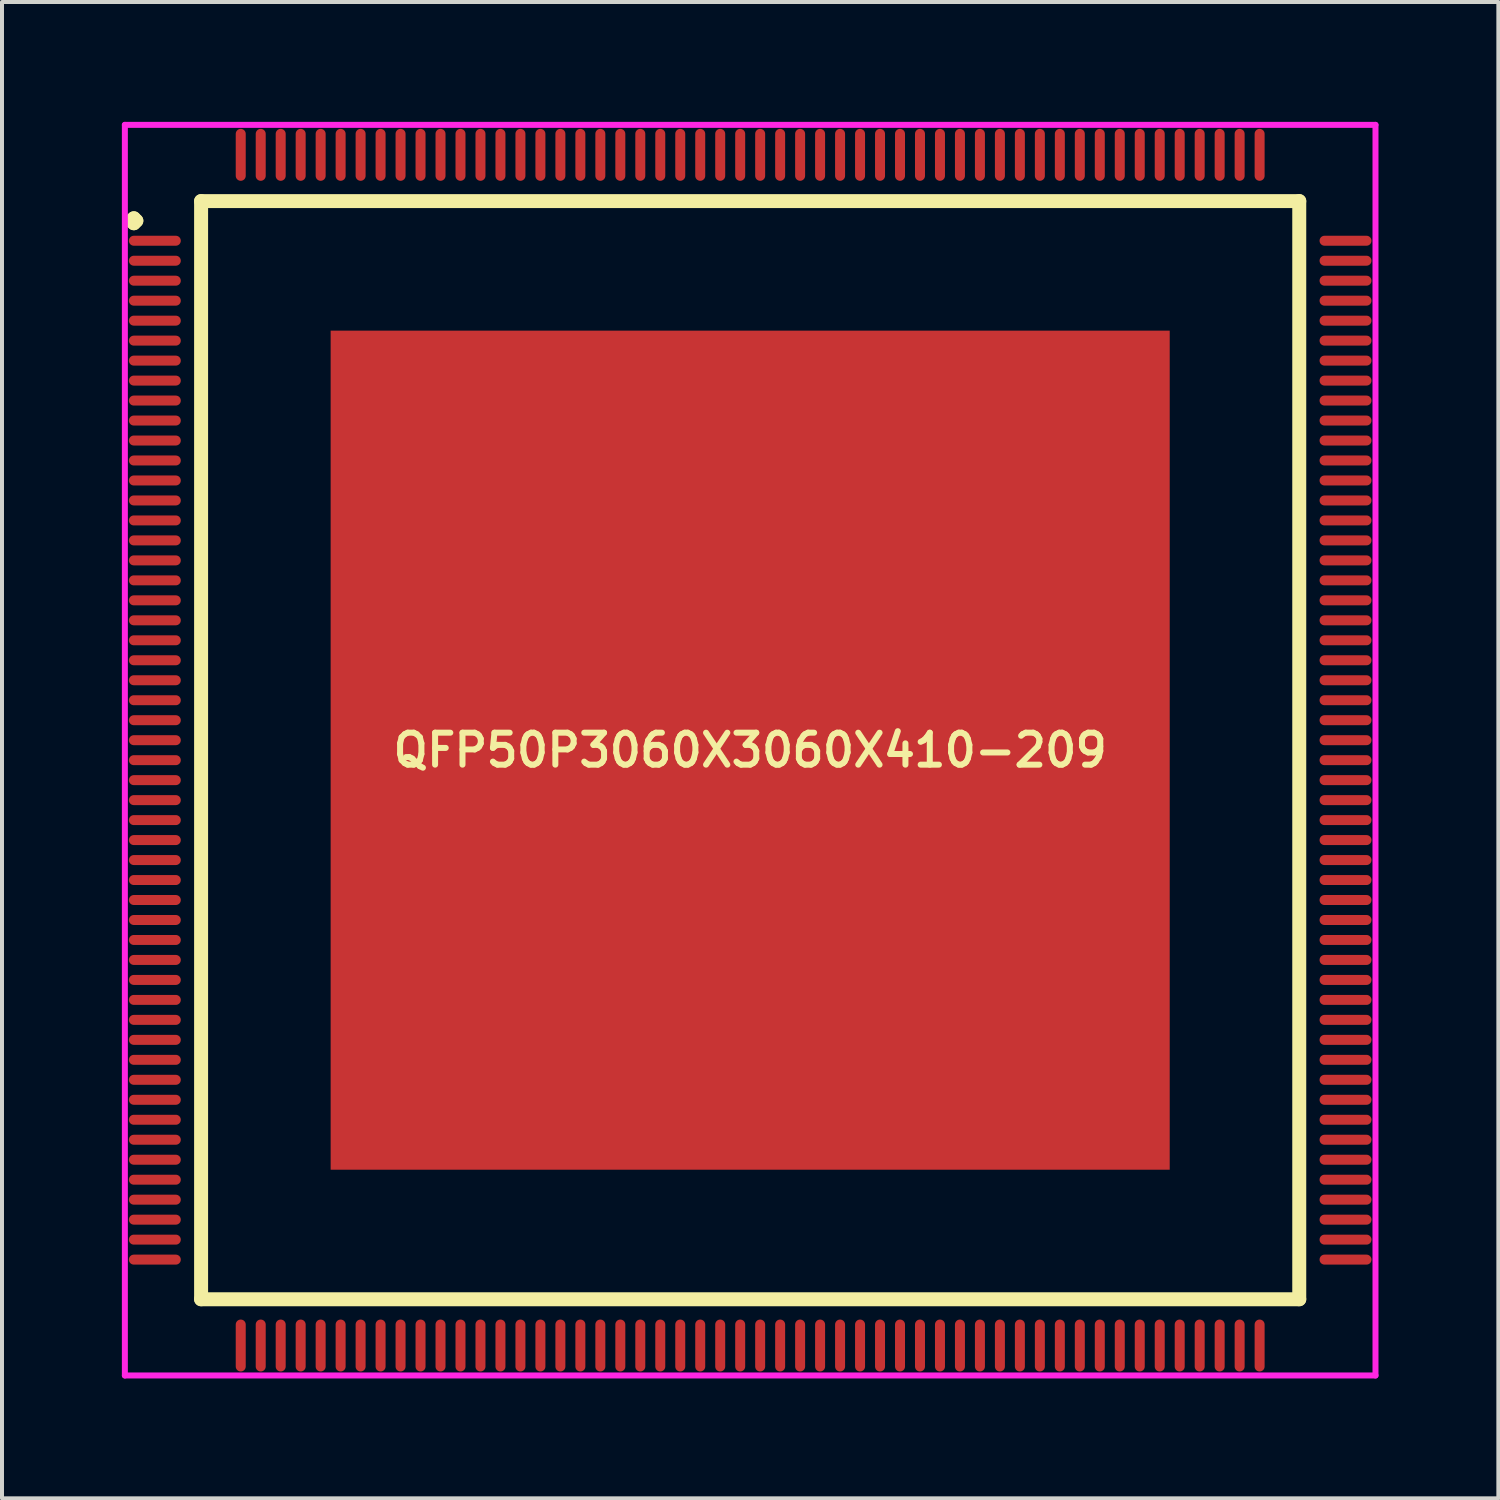
<source format=kicad_pcb>
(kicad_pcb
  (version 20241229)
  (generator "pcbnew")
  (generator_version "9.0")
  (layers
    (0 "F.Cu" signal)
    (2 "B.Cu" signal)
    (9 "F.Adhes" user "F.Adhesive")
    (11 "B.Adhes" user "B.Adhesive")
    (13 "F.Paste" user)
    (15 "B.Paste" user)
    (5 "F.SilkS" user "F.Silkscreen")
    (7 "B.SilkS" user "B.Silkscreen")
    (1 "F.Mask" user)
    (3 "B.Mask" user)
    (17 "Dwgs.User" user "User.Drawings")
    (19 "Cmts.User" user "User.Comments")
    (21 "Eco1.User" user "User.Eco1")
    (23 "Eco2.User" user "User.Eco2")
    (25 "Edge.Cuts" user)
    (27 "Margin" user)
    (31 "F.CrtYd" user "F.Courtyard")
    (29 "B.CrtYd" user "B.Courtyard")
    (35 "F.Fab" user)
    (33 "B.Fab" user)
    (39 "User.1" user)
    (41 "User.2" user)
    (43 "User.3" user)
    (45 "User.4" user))
  (footprint "QFP50P3060X3060X410-209"
    (layer "F.Cu")
    (at 15.725 15.725)
    (property "Reference" "QFP50P3060X3060X410-209" (at 0 0 0) (layer "F.SilkS") (effects (font (size 0.8 0.8) (thickness 0.15))))
    (attr smd)
    (fp_line (start -15.488 -13.25) (end -15.425 -13.312) (stroke (width 0.35) (type solid)) (layer "F.SilkS"))
    (fp_line (start -15.425 -13.312) (end -15.363 -13.25) (stroke (width 0.35) (type solid)) (layer "F.SilkS"))
    (fp_line (start -15.425 -13.188) (end -15.488 -13.25) (stroke (width 0.35) (type solid)) (layer "F.SilkS"))
    (fp_line (start -15.363 -13.25) (end -15.425 -13.188) (stroke (width 0.35) (type solid)) (layer "F.SilkS"))
    (fp_line (start -13.742 -13.742) (end -13.742 13.742) (stroke (width 0.35) (type solid)) (layer "F.SilkS"))
    (fp_line (start -13.742 13.742) (end 13.742 13.742) (stroke (width 0.35) (type solid)) (layer "F.SilkS"))
    (fp_line (start 13.742 -13.742) (end -13.742 -13.742) (stroke (width 0.35) (type solid)) (layer "F.SilkS"))
    (fp_line (start 13.742 13.742) (end 13.742 -13.742) (stroke (width 0.35) (type solid)) (layer "F.SilkS"))
    (fp_line (start -15.65 -15.65) (end 15.65 -15.65) (stroke (width 0.15) (type solid)) (layer "F.CrtYd"))
    (fp_line (start -15.65 15.65) (end -15.65 -15.65) (stroke (width 0.15) (type solid)) (layer "F.CrtYd"))
    (fp_line (start 15.65 -15.65) (end 15.65 15.65) (stroke (width 0.15) (type solid)) (layer "F.CrtYd"))
    (fp_line (start 15.65 15.65) (end -15.65 15.65) (stroke (width 0.15) (type solid)) (layer "F.CrtYd"))
    (pad "1" smd oval (at -14.9 -12.75) (size 1.3 0.25) (layers "F.Cu" "F.Mask" "F.Paste"))
    (pad "2" smd oval (at -14.9 -12.25) (size 1.3 0.25) (layers "F.Cu" "F.Mask" "F.Paste"))
    (pad "3" smd oval (at -14.9 -11.75) (size 1.3 0.25) (layers "F.Cu" "F.Mask" "F.Paste"))
    (pad "4" smd oval (at -14.9 -11.25) (size 1.3 0.25) (layers "F.Cu" "F.Mask" "F.Paste"))
    (pad "5" smd oval (at -14.9 -10.75) (size 1.3 0.25) (layers "F.Cu" "F.Mask" "F.Paste"))
    (pad "6" smd oval (at -14.9 -10.25) (size 1.3 0.25) (layers "F.Cu" "F.Mask" "F.Paste"))
    (pad "7" smd oval (at -14.9 -9.75) (size 1.3 0.25) (layers "F.Cu" "F.Mask" "F.Paste"))
    (pad "8" smd oval (at -14.9 -9.25) (size 1.3 0.25) (layers "F.Cu" "F.Mask" "F.Paste"))
    (pad "9" smd oval (at -14.9 -8.75) (size 1.3 0.25) (layers "F.Cu" "F.Mask" "F.Paste"))
    (pad "10" smd oval (at -14.9 -8.25) (size 1.3 0.25) (layers "F.Cu" "F.Mask" "F.Paste"))
    (pad "11" smd oval (at -14.9 -7.75) (size 1.3 0.25) (layers "F.Cu" "F.Mask" "F.Paste"))
    (pad "12" smd oval (at -14.9 -7.25) (size 1.3 0.25) (layers "F.Cu" "F.Mask" "F.Paste"))
    (pad "13" smd oval (at -14.9 -6.75) (size 1.3 0.25) (layers "F.Cu" "F.Mask" "F.Paste"))
    (pad "14" smd oval (at -14.9 -6.25) (size 1.3 0.25) (layers "F.Cu" "F.Mask" "F.Paste"))
    (pad "15" smd oval (at -14.9 -5.75) (size 1.3 0.25) (layers "F.Cu" "F.Mask" "F.Paste"))
    (pad "16" smd oval (at -14.9 -5.25) (size 1.3 0.25) (layers "F.Cu" "F.Mask" "F.Paste"))
    (pad "17" smd oval (at -14.9 -4.75) (size 1.3 0.25) (layers "F.Cu" "F.Mask" "F.Paste"))
    (pad "18" smd oval (at -14.9 -4.25) (size 1.3 0.25) (layers "F.Cu" "F.Mask" "F.Paste"))
    (pad "19" smd oval (at -14.9 -3.75) (size 1.3 0.25) (layers "F.Cu" "F.Mask" "F.Paste"))
    (pad "20" smd oval (at -14.9 -3.25) (size 1.3 0.25) (layers "F.Cu" "F.Mask" "F.Paste"))
    (pad "21" smd oval (at -14.9 -2.75) (size 1.3 0.25) (layers "F.Cu" "F.Mask" "F.Paste"))
    (pad "22" smd oval (at -14.9 -2.25) (size 1.3 0.25) (layers "F.Cu" "F.Mask" "F.Paste"))
    (pad "23" smd oval (at -14.9 -1.75) (size 1.3 0.25) (layers "F.Cu" "F.Mask" "F.Paste"))
    (pad "24" smd oval (at -14.9 -1.25) (size 1.3 0.25) (layers "F.Cu" "F.Mask" "F.Paste"))
    (pad "25" smd oval (at -14.9 -0.75) (size 1.3 0.25) (layers "F.Cu" "F.Mask" "F.Paste"))
    (pad "26" smd oval (at -14.9 -0.25) (size 1.3 0.25) (layers "F.Cu" "F.Mask" "F.Paste"))
    (pad "27" smd oval (at -14.9 0.25) (size 1.3 0.25) (layers "F.Cu" "F.Mask" "F.Paste"))
    (pad "28" smd oval (at -14.9 0.75) (size 1.3 0.25) (layers "F.Cu" "F.Mask" "F.Paste"))
    (pad "29" smd oval (at -14.9 1.25) (size 1.3 0.25) (layers "F.Cu" "F.Mask" "F.Paste"))
    (pad "30" smd oval (at -14.9 1.75) (size 1.3 0.25) (layers "F.Cu" "F.Mask" "F.Paste"))
    (pad "31" smd oval (at -14.9 2.25) (size 1.3 0.25) (layers "F.Cu" "F.Mask" "F.Paste"))
    (pad "32" smd oval (at -14.9 2.75) (size 1.3 0.25) (layers "F.Cu" "F.Mask" "F.Paste"))
    (pad "33" smd oval (at -14.9 3.25) (size 1.3 0.25) (layers "F.Cu" "F.Mask" "F.Paste"))
    (pad "34" smd oval (at -14.9 3.75) (size 1.3 0.25) (layers "F.Cu" "F.Mask" "F.Paste"))
    (pad "35" smd oval (at -14.9 4.25) (size 1.3 0.25) (layers "F.Cu" "F.Mask" "F.Paste"))
    (pad "36" smd oval (at -14.9 4.75) (size 1.3 0.25) (layers "F.Cu" "F.Mask" "F.Paste"))
    (pad "37" smd oval (at -14.9 5.25) (size 1.3 0.25) (layers "F.Cu" "F.Mask" "F.Paste"))
    (pad "38" smd oval (at -14.9 5.75) (size 1.3 0.25) (layers "F.Cu" "F.Mask" "F.Paste"))
    (pad "39" smd oval (at -14.9 6.25) (size 1.3 0.25) (layers "F.Cu" "F.Mask" "F.Paste"))
    (pad "40" smd oval (at -14.9 6.75) (size 1.3 0.25) (layers "F.Cu" "F.Mask" "F.Paste"))
    (pad "41" smd oval (at -14.9 7.25) (size 1.3 0.25) (layers "F.Cu" "F.Mask" "F.Paste"))
    (pad "42" smd oval (at -14.9 7.75) (size 1.3 0.25) (layers "F.Cu" "F.Mask" "F.Paste"))
    (pad "43" smd oval (at -14.9 8.25) (size 1.3 0.25) (layers "F.Cu" "F.Mask" "F.Paste"))
    (pad "44" smd oval (at -14.9 8.75) (size 1.3 0.25) (layers "F.Cu" "F.Mask" "F.Paste"))
    (pad "45" smd oval (at -14.9 9.25) (size 1.3 0.25) (layers "F.Cu" "F.Mask" "F.Paste"))
    (pad "46" smd oval (at -14.9 9.75) (size 1.3 0.25) (layers "F.Cu" "F.Mask" "F.Paste"))
    (pad "47" smd oval (at -14.9 10.25) (size 1.3 0.25) (layers "F.Cu" "F.Mask" "F.Paste"))
    (pad "48" smd oval (at -14.9 10.75) (size 1.3 0.25) (layers "F.Cu" "F.Mask" "F.Paste"))
    (pad "49" smd oval (at -14.9 11.25) (size 1.3 0.25) (layers "F.Cu" "F.Mask" "F.Paste"))
    (pad "50" smd oval (at -14.9 11.75) (size 1.3 0.25) (layers "F.Cu" "F.Mask" "F.Paste"))
    (pad "51" smd oval (at -14.9 12.25) (size 1.3 0.25) (layers "F.Cu" "F.Mask" "F.Paste"))
    (pad "52" smd oval (at -14.9 12.75) (size 1.3 0.25) (layers "F.Cu" "F.Mask" "F.Paste"))
    (pad "53" smd oval (at -12.75 14.9) (size 0.25 1.3) (layers "F.Cu" "F.Mask" "F.Paste"))
    (pad "54" smd oval (at -12.25 14.9) (size 0.25 1.3) (layers "F.Cu" "F.Mask" "F.Paste"))
    (pad "55" smd oval (at -11.75 14.9) (size 0.25 1.3) (layers "F.Cu" "F.Mask" "F.Paste"))
    (pad "56" smd oval (at -11.25 14.9) (size 0.25 1.3) (layers "F.Cu" "F.Mask" "F.Paste"))
    (pad "57" smd oval (at -10.75 14.9) (size 0.25 1.3) (layers "F.Cu" "F.Mask" "F.Paste"))
    (pad "58" smd oval (at -10.25 14.9) (size 0.25 1.3) (layers "F.Cu" "F.Mask" "F.Paste"))
    (pad "59" smd oval (at -9.75 14.9) (size 0.25 1.3) (layers "F.Cu" "F.Mask" "F.Paste"))
    (pad "60" smd oval (at -9.25 14.9) (size 0.25 1.3) (layers "F.Cu" "F.Mask" "F.Paste"))
    (pad "61" smd oval (at -8.75 14.9) (size 0.25 1.3) (layers "F.Cu" "F.Mask" "F.Paste"))
    (pad "62" smd oval (at -8.25 14.9) (size 0.25 1.3) (layers "F.Cu" "F.Mask" "F.Paste"))
    (pad "63" smd oval (at -7.75 14.9) (size 0.25 1.3) (layers "F.Cu" "F.Mask" "F.Paste"))
    (pad "64" smd oval (at -7.25 14.9) (size 0.25 1.3) (layers "F.Cu" "F.Mask" "F.Paste"))
    (pad "65" smd oval (at -6.75 14.9) (size 0.25 1.3) (layers "F.Cu" "F.Mask" "F.Paste"))
    (pad "66" smd oval (at -6.25 14.9) (size 0.25 1.3) (layers "F.Cu" "F.Mask" "F.Paste"))
    (pad "67" smd oval (at -5.75 14.9) (size 0.25 1.3) (layers "F.Cu" "F.Mask" "F.Paste"))
    (pad "68" smd oval (at -5.25 14.9) (size 0.25 1.3) (layers "F.Cu" "F.Mask" "F.Paste"))
    (pad "69" smd oval (at -4.75 14.9) (size 0.25 1.3) (layers "F.Cu" "F.Mask" "F.Paste"))
    (pad "70" smd oval (at -4.25 14.9) (size 0.25 1.3) (layers "F.Cu" "F.Mask" "F.Paste"))
    (pad "71" smd oval (at -3.75 14.9) (size 0.25 1.3) (layers "F.Cu" "F.Mask" "F.Paste"))
    (pad "72" smd oval (at -3.25 14.9) (size 0.25 1.3) (layers "F.Cu" "F.Mask" "F.Paste"))
    (pad "73" smd oval (at -2.75 14.9) (size 0.25 1.3) (layers "F.Cu" "F.Mask" "F.Paste"))
    (pad "74" smd oval (at -2.25 14.9) (size 0.25 1.3) (layers "F.Cu" "F.Mask" "F.Paste"))
    (pad "75" smd oval (at -1.75 14.9) (size 0.25 1.3) (layers "F.Cu" "F.Mask" "F.Paste"))
    (pad "76" smd oval (at -1.25 14.9) (size 0.25 1.3) (layers "F.Cu" "F.Mask" "F.Paste"))
    (pad "77" smd oval (at -0.75 14.9) (size 0.25 1.3) (layers "F.Cu" "F.Mask" "F.Paste"))
    (pad "78" smd oval (at -0.25 14.9) (size 0.25 1.3) (layers "F.Cu" "F.Mask" "F.Paste"))
    (pad "79" smd oval (at 0.25 14.9) (size 0.25 1.3) (layers "F.Cu" "F.Mask" "F.Paste"))
    (pad "80" smd oval (at 0.75 14.9) (size 0.25 1.3) (layers "F.Cu" "F.Mask" "F.Paste"))
    (pad "81" smd oval (at 1.25 14.9) (size 0.25 1.3) (layers "F.Cu" "F.Mask" "F.Paste"))
    (pad "82" smd oval (at 1.75 14.9) (size 0.25 1.3) (layers "F.Cu" "F.Mask" "F.Paste"))
    (pad "83" smd oval (at 2.25 14.9) (size 0.25 1.3) (layers "F.Cu" "F.Mask" "F.Paste"))
    (pad "84" smd oval (at 2.75 14.9) (size 0.25 1.3) (layers "F.Cu" "F.Mask" "F.Paste"))
    (pad "85" smd oval (at 3.25 14.9) (size 0.25 1.3) (layers "F.Cu" "F.Mask" "F.Paste"))
    (pad "86" smd oval (at 3.75 14.9) (size 0.25 1.3) (layers "F.Cu" "F.Mask" "F.Paste"))
    (pad "87" smd oval (at 4.25 14.9) (size 0.25 1.3) (layers "F.Cu" "F.Mask" "F.Paste"))
    (pad "88" smd oval (at 4.75 14.9) (size 0.25 1.3) (layers "F.Cu" "F.Mask" "F.Paste"))
    (pad "89" smd oval (at 5.25 14.9) (size 0.25 1.3) (layers "F.Cu" "F.Mask" "F.Paste"))
    (pad "90" smd oval (at 5.75 14.9) (size 0.25 1.3) (layers "F.Cu" "F.Mask" "F.Paste"))
    (pad "91" smd oval (at 6.25 14.9) (size 0.25 1.3) (layers "F.Cu" "F.Mask" "F.Paste"))
    (pad "92" smd oval (at 6.75 14.9) (size 0.25 1.3) (layers "F.Cu" "F.Mask" "F.Paste"))
    (pad "93" smd oval (at 7.25 14.9) (size 0.25 1.3) (layers "F.Cu" "F.Mask" "F.Paste"))
    (pad "94" smd oval (at 7.75 14.9) (size 0.25 1.3) (layers "F.Cu" "F.Mask" "F.Paste"))
    (pad "95" smd oval (at 8.25 14.9) (size 0.25 1.3) (layers "F.Cu" "F.Mask" "F.Paste"))
    (pad "96" smd oval (at 8.75 14.9) (size 0.25 1.3) (layers "F.Cu" "F.Mask" "F.Paste"))
    (pad "97" smd oval (at 9.25 14.9) (size 0.25 1.3) (layers "F.Cu" "F.Mask" "F.Paste"))
    (pad "98" smd oval (at 9.75 14.9) (size 0.25 1.3) (layers "F.Cu" "F.Mask" "F.Paste"))
    (pad "99" smd oval (at 10.25 14.9) (size 0.25 1.3) (layers "F.Cu" "F.Mask" "F.Paste"))
    (pad "100" smd oval (at 10.75 14.9) (size 0.25 1.3) (layers "F.Cu" "F.Mask" "F.Paste"))
    (pad "101" smd oval (at 11.25 14.9) (size 0.25 1.3) (layers "F.Cu" "F.Mask" "F.Paste"))
    (pad "102" smd oval (at 11.75 14.9) (size 0.25 1.3) (layers "F.Cu" "F.Mask" "F.Paste"))
    (pad "103" smd oval (at 12.25 14.9) (size 0.25 1.3) (layers "F.Cu" "F.Mask" "F.Paste"))
    (pad "104" smd oval (at 12.75 14.9) (size 0.25 1.3) (layers "F.Cu" "F.Mask" "F.Paste"))
    (pad "105" smd oval (at 14.9 12.75) (size 1.3 0.25) (layers "F.Cu" "F.Mask" "F.Paste"))
    (pad "106" smd oval (at 14.9 12.25) (size 1.3 0.25) (layers "F.Cu" "F.Mask" "F.Paste"))
    (pad "107" smd oval (at 14.9 11.75) (size 1.3 0.25) (layers "F.Cu" "F.Mask" "F.Paste"))
    (pad "108" smd oval (at 14.9 11.25) (size 1.3 0.25) (layers "F.Cu" "F.Mask" "F.Paste"))
    (pad "109" smd oval (at 14.9 10.75) (size 1.3 0.25) (layers "F.Cu" "F.Mask" "F.Paste"))
    (pad "110" smd oval (at 14.9 10.25) (size 1.3 0.25) (layers "F.Cu" "F.Mask" "F.Paste"))
    (pad "111" smd oval (at 14.9 9.75) (size 1.3 0.25) (layers "F.Cu" "F.Mask" "F.Paste"))
    (pad "112" smd oval (at 14.9 9.25) (size 1.3 0.25) (layers "F.Cu" "F.Mask" "F.Paste"))
    (pad "113" smd oval (at 14.9 8.75) (size 1.3 0.25) (layers "F.Cu" "F.Mask" "F.Paste"))
    (pad "114" smd oval (at 14.9 8.25) (size 1.3 0.25) (layers "F.Cu" "F.Mask" "F.Paste"))
    (pad "115" smd oval (at 14.9 7.75) (size 1.3 0.25) (layers "F.Cu" "F.Mask" "F.Paste"))
    (pad "116" smd oval (at 14.9 7.25) (size 1.3 0.25) (layers "F.Cu" "F.Mask" "F.Paste"))
    (pad "117" smd oval (at 14.9 6.75) (size 1.3 0.25) (layers "F.Cu" "F.Mask" "F.Paste"))
    (pad "118" smd oval (at 14.9 6.25) (size 1.3 0.25) (layers "F.Cu" "F.Mask" "F.Paste"))
    (pad "119" smd oval (at 14.9 5.75) (size 1.3 0.25) (layers "F.Cu" "F.Mask" "F.Paste"))
    (pad "120" smd oval (at 14.9 5.25) (size 1.3 0.25) (layers "F.Cu" "F.Mask" "F.Paste"))
    (pad "121" smd oval (at 14.9 4.75) (size 1.3 0.25) (layers "F.Cu" "F.Mask" "F.Paste"))
    (pad "122" smd oval (at 14.9 4.25) (size 1.3 0.25) (layers "F.Cu" "F.Mask" "F.Paste"))
    (pad "123" smd oval (at 14.9 3.75) (size 1.3 0.25) (layers "F.Cu" "F.Mask" "F.Paste"))
    (pad "124" smd oval (at 14.9 3.25) (size 1.3 0.25) (layers "F.Cu" "F.Mask" "F.Paste"))
    (pad "125" smd oval (at 14.9 2.75) (size 1.3 0.25) (layers "F.Cu" "F.Mask" "F.Paste"))
    (pad "126" smd oval (at 14.9 2.25) (size 1.3 0.25) (layers "F.Cu" "F.Mask" "F.Paste"))
    (pad "127" smd oval (at 14.9 1.75) (size 1.3 0.25) (layers "F.Cu" "F.Mask" "F.Paste"))
    (pad "128" smd oval (at 14.9 1.25) (size 1.3 0.25) (layers "F.Cu" "F.Mask" "F.Paste"))
    (pad "129" smd oval (at 14.9 0.75) (size 1.3 0.25) (layers "F.Cu" "F.Mask" "F.Paste"))
    (pad "130" smd oval (at 14.9 0.25) (size 1.3 0.25) (layers "F.Cu" "F.Mask" "F.Paste"))
    (pad "131" smd oval (at 14.9 -0.25) (size 1.3 0.25) (layers "F.Cu" "F.Mask" "F.Paste"))
    (pad "132" smd oval (at 14.9 -0.75) (size 1.3 0.25) (layers "F.Cu" "F.Mask" "F.Paste"))
    (pad "133" smd oval (at 14.9 -1.25) (size 1.3 0.25) (layers "F.Cu" "F.Mask" "F.Paste"))
    (pad "134" smd oval (at 14.9 -1.75) (size 1.3 0.25) (layers "F.Cu" "F.Mask" "F.Paste"))
    (pad "135" smd oval (at 14.9 -2.25) (size 1.3 0.25) (layers "F.Cu" "F.Mask" "F.Paste"))
    (pad "136" smd oval (at 14.9 -2.75) (size 1.3 0.25) (layers "F.Cu" "F.Mask" "F.Paste"))
    (pad "137" smd oval (at 14.9 -3.25) (size 1.3 0.25) (layers "F.Cu" "F.Mask" "F.Paste"))
    (pad "138" smd oval (at 14.9 -3.75) (size 1.3 0.25) (layers "F.Cu" "F.Mask" "F.Paste"))
    (pad "139" smd oval (at 14.9 -4.25) (size 1.3 0.25) (layers "F.Cu" "F.Mask" "F.Paste"))
    (pad "140" smd oval (at 14.9 -4.75) (size 1.3 0.25) (layers "F.Cu" "F.Mask" "F.Paste"))
    (pad "141" smd oval (at 14.9 -5.25) (size 1.3 0.25) (layers "F.Cu" "F.Mask" "F.Paste"))
    (pad "142" smd oval (at 14.9 -5.75) (size 1.3 0.25) (layers "F.Cu" "F.Mask" "F.Paste"))
    (pad "143" smd oval (at 14.9 -6.25) (size 1.3 0.25) (layers "F.Cu" "F.Mask" "F.Paste"))
    (pad "144" smd oval (at 14.9 -6.75) (size 1.3 0.25) (layers "F.Cu" "F.Mask" "F.Paste"))
    (pad "145" smd oval (at 14.9 -7.25) (size 1.3 0.25) (layers "F.Cu" "F.Mask" "F.Paste"))
    (pad "146" smd oval (at 14.9 -7.75) (size 1.3 0.25) (layers "F.Cu" "F.Mask" "F.Paste"))
    (pad "147" smd oval (at 14.9 -8.25) (size 1.3 0.25) (layers "F.Cu" "F.Mask" "F.Paste"))
    (pad "148" smd oval (at 14.9 -8.75) (size 1.3 0.25) (layers "F.Cu" "F.Mask" "F.Paste"))
    (pad "149" smd oval (at 14.9 -9.25) (size 1.3 0.25) (layers "F.Cu" "F.Mask" "F.Paste"))
    (pad "150" smd oval (at 14.9 -9.75) (size 1.3 0.25) (layers "F.Cu" "F.Mask" "F.Paste"))
    (pad "151" smd oval (at 14.9 -10.25) (size 1.3 0.25) (layers "F.Cu" "F.Mask" "F.Paste"))
    (pad "152" smd oval (at 14.9 -10.75) (size 1.3 0.25) (layers "F.Cu" "F.Mask" "F.Paste"))
    (pad "153" smd oval (at 14.9 -11.25) (size 1.3 0.25) (layers "F.Cu" "F.Mask" "F.Paste"))
    (pad "154" smd oval (at 14.9 -11.75) (size 1.3 0.25) (layers "F.Cu" "F.Mask" "F.Paste"))
    (pad "155" smd oval (at 14.9 -12.25) (size 1.3 0.25) (layers "F.Cu" "F.Mask" "F.Paste"))
    (pad "156" smd oval (at 14.9 -12.75) (size 1.3 0.25) (layers "F.Cu" "F.Mask" "F.Paste"))
    (pad "157" smd oval (at 12.75 -14.9) (size 0.25 1.3) (layers "F.Cu" "F.Mask" "F.Paste"))
    (pad "158" smd oval (at 12.25 -14.9) (size 0.25 1.3) (layers "F.Cu" "F.Mask" "F.Paste"))
    (pad "159" smd oval (at 11.75 -14.9) (size 0.25 1.3) (layers "F.Cu" "F.Mask" "F.Paste"))
    (pad "160" smd oval (at 11.25 -14.9) (size 0.25 1.3) (layers "F.Cu" "F.Mask" "F.Paste"))
    (pad "161" smd oval (at 10.75 -14.9) (size 0.25 1.3) (layers "F.Cu" "F.Mask" "F.Paste"))
    (pad "162" smd oval (at 10.25 -14.9) (size 0.25 1.3) (layers "F.Cu" "F.Mask" "F.Paste"))
    (pad "163" smd oval (at 9.75 -14.9) (size 0.25 1.3) (layers "F.Cu" "F.Mask" "F.Paste"))
    (pad "164" smd oval (at 9.25 -14.9) (size 0.25 1.3) (layers "F.Cu" "F.Mask" "F.Paste"))
    (pad "165" smd oval (at 8.75 -14.9) (size 0.25 1.3) (layers "F.Cu" "F.Mask" "F.Paste"))
    (pad "166" smd oval (at 8.25 -14.9) (size 0.25 1.3) (layers "F.Cu" "F.Mask" "F.Paste"))
    (pad "167" smd oval (at 7.75 -14.9) (size 0.25 1.3) (layers "F.Cu" "F.Mask" "F.Paste"))
    (pad "168" smd oval (at 7.25 -14.9) (size 0.25 1.3) (layers "F.Cu" "F.Mask" "F.Paste"))
    (pad "169" smd oval (at 6.75 -14.9) (size 0.25 1.3) (layers "F.Cu" "F.Mask" "F.Paste"))
    (pad "170" smd oval (at 6.25 -14.9) (size 0.25 1.3) (layers "F.Cu" "F.Mask" "F.Paste"))
    (pad "171" smd oval (at 5.75 -14.9) (size 0.25 1.3) (layers "F.Cu" "F.Mask" "F.Paste"))
    (pad "172" smd oval (at 5.25 -14.9) (size 0.25 1.3) (layers "F.Cu" "F.Mask" "F.Paste"))
    (pad "173" smd oval (at 4.75 -14.9) (size 0.25 1.3) (layers "F.Cu" "F.Mask" "F.Paste"))
    (pad "174" smd oval (at 4.25 -14.9) (size 0.25 1.3) (layers "F.Cu" "F.Mask" "F.Paste"))
    (pad "175" smd oval (at 3.75 -14.9) (size 0.25 1.3) (layers "F.Cu" "F.Mask" "F.Paste"))
    (pad "176" smd oval (at 3.25 -14.9) (size 0.25 1.3) (layers "F.Cu" "F.Mask" "F.Paste"))
    (pad "177" smd oval (at 2.75 -14.9) (size 0.25 1.3) (layers "F.Cu" "F.Mask" "F.Paste"))
    (pad "178" smd oval (at 2.25 -14.9) (size 0.25 1.3) (layers "F.Cu" "F.Mask" "F.Paste"))
    (pad "179" smd oval (at 1.75 -14.9) (size 0.25 1.3) (layers "F.Cu" "F.Mask" "F.Paste"))
    (pad "180" smd oval (at 1.25 -14.9) (size 0.25 1.3) (layers "F.Cu" "F.Mask" "F.Paste"))
    (pad "181" smd oval (at 0.75 -14.9) (size 0.25 1.3) (layers "F.Cu" "F.Mask" "F.Paste"))
    (pad "182" smd oval (at 0.25 -14.9) (size 0.25 1.3) (layers "F.Cu" "F.Mask" "F.Paste"))
    (pad "183" smd oval (at -0.25 -14.9) (size 0.25 1.3) (layers "F.Cu" "F.Mask" "F.Paste"))
    (pad "184" smd oval (at -0.75 -14.9) (size 0.25 1.3) (layers "F.Cu" "F.Mask" "F.Paste"))
    (pad "185" smd oval (at -1.25 -14.9) (size 0.25 1.3) (layers "F.Cu" "F.Mask" "F.Paste"))
    (pad "186" smd oval (at -1.75 -14.9) (size 0.25 1.3) (layers "F.Cu" "F.Mask" "F.Paste"))
    (pad "187" smd oval (at -2.25 -14.9) (size 0.25 1.3) (layers "F.Cu" "F.Mask" "F.Paste"))
    (pad "188" smd oval (at -2.75 -14.9) (size 0.25 1.3) (layers "F.Cu" "F.Mask" "F.Paste"))
    (pad "189" smd oval (at -3.25 -14.9) (size 0.25 1.3) (layers "F.Cu" "F.Mask" "F.Paste"))
    (pad "190" smd oval (at -3.75 -14.9) (size 0.25 1.3) (layers "F.Cu" "F.Mask" "F.Paste"))
    (pad "191" smd oval (at -4.25 -14.9) (size 0.25 1.3) (layers "F.Cu" "F.Mask" "F.Paste"))
    (pad "192" smd oval (at -4.75 -14.9) (size 0.25 1.3) (layers "F.Cu" "F.Mask" "F.Paste"))
    (pad "193" smd oval (at -5.25 -14.9) (size 0.25 1.3) (layers "F.Cu" "F.Mask" "F.Paste"))
    (pad "194" smd oval (at -5.75 -14.9) (size 0.25 1.3) (layers "F.Cu" "F.Mask" "F.Paste"))
    (pad "195" smd oval (at -6.25 -14.9) (size 0.25 1.3) (layers "F.Cu" "F.Mask" "F.Paste"))
    (pad "196" smd oval (at -6.75 -14.9) (size 0.25 1.3) (layers "F.Cu" "F.Mask" "F.Paste"))
    (pad "197" smd oval (at -7.25 -14.9) (size 0.25 1.3) (layers "F.Cu" "F.Mask" "F.Paste"))
    (pad "198" smd oval (at -7.75 -14.9) (size 0.25 1.3) (layers "F.Cu" "F.Mask" "F.Paste"))
    (pad "199" smd oval (at -8.25 -14.9) (size 0.25 1.3) (layers "F.Cu" "F.Mask" "F.Paste"))
    (pad "200" smd oval (at -8.75 -14.9) (size 0.25 1.3) (layers "F.Cu" "F.Mask" "F.Paste"))
    (pad "201" smd oval (at -9.25 -14.9) (size 0.25 1.3) (layers "F.Cu" "F.Mask" "F.Paste"))
    (pad "202" smd oval (at -9.75 -14.9) (size 0.25 1.3) (layers "F.Cu" "F.Mask" "F.Paste"))
    (pad "203" smd oval (at -10.25 -14.9) (size 0.25 1.3) (layers "F.Cu" "F.Mask" "F.Paste"))
    (pad "204" smd oval (at -10.75 -14.9) (size 0.25 1.3) (layers "F.Cu" "F.Mask" "F.Paste"))
    (pad "205" smd oval (at -11.25 -14.9) (size 0.25 1.3) (layers "F.Cu" "F.Mask" "F.Paste"))
    (pad "206" smd oval (at -11.75 -14.9) (size 0.25 1.3) (layers "F.Cu" "F.Mask" "F.Paste"))
    (pad "207" smd oval (at -12.25 -14.9) (size 0.25 1.3) (layers "F.Cu" "F.Mask" "F.Paste"))
    (pad "208" smd oval (at -12.75 -14.9) (size 0.25 1.3) (layers "F.Cu" "F.Mask" "F.Paste"))
    (pad "209" smd rect (at 0 0) (size 21 21) (layers "F.Cu" "F.Mask" "F.Paste")))
  (gr_rect
    (start -3 -3)
    (end 34.45 34.45)
    (stroke (width 0.1) (type default))
    (fill no)
    (layer "Edge.Cuts")))
</source>
